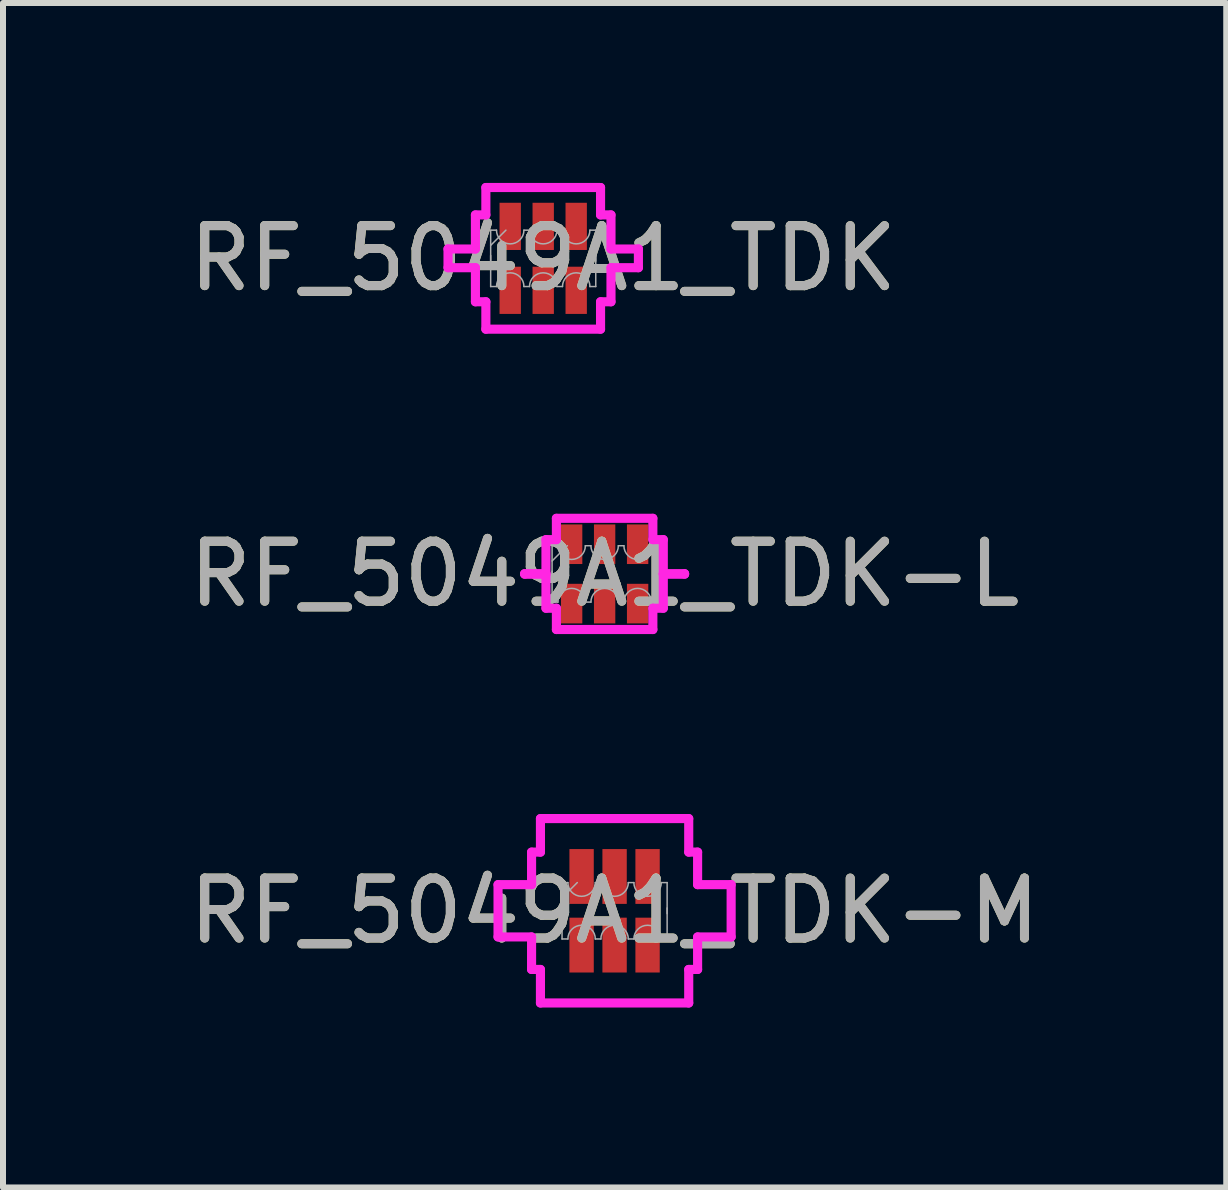
<source format=kicad_pcb>
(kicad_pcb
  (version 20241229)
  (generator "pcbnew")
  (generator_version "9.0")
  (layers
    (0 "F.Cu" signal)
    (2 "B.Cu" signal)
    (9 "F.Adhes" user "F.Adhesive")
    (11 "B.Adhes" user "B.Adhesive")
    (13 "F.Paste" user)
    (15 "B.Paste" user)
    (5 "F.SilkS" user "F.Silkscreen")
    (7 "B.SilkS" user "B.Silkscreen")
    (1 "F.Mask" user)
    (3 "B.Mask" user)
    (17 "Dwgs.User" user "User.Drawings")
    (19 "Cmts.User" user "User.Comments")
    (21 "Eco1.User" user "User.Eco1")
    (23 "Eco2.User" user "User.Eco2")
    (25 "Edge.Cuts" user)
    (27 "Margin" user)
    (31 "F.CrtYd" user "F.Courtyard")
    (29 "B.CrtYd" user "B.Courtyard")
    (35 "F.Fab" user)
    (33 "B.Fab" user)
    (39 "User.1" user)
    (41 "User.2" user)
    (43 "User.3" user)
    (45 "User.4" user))
  (footprint "RF_5049A1_TDK-L"
    (layer "F.Cu")
    (at 7.03 6.518)
    (property "Reference" "RF_5049A1_TDK-L" (at 0 0 0) (unlocked yes) (layer "F.SilkS") (effects (font (size 1 1) (thickness 0.15))))
    (attr smd)
    (fp_line (start -1.333 -0.004) (end -0.978 -0.004) (stroke (width 0.152) (type solid)) (layer "F.CrtYd"))
    (fp_line (start -1.333 0.004) (end -1.333 -0.004) (stroke (width 0.152) (type solid)) (layer "F.CrtYd"))
    (fp_line (start -1.333 0.004) (end -0.978 0.004) (stroke (width 0.152) (type solid)) (layer "F.CrtYd"))
    (fp_line (start -0.978 -0.572) (end -0.804 -0.572) (stroke (width 0.152) (type solid)) (layer "F.CrtYd"))
    (fp_line (start -0.978 -0.004) (end -0.978 -0.572) (stroke (width 0.152) (type solid)) (layer "F.CrtYd"))
    (fp_line (start -0.978 0.572) (end -0.978 0.004) (stroke (width 0.152) (type solid)) (layer "F.CrtYd"))
    (fp_line (start -0.804 -0.927) (end 0.804 -0.927) (stroke (width 0.152) (type solid)) (layer "F.CrtYd"))
    (fp_line (start -0.804 -0.572) (end -0.804 -0.927) (stroke (width 0.152) (type solid)) (layer "F.CrtYd"))
    (fp_line (start -0.804 0.572) (end -0.978 0.572) (stroke (width 0.152) (type solid)) (layer "F.CrtYd"))
    (fp_line (start -0.804 0.927) (end -0.804 0.572) (stroke (width 0.152) (type solid)) (layer "F.CrtYd"))
    (fp_line (start 0.804 -0.927) (end 0.804 -0.572) (stroke (width 0.152) (type solid)) (layer "F.CrtYd"))
    (fp_line (start 0.804 -0.572) (end 0.978 -0.572) (stroke (width 0.152) (type solid)) (layer "F.CrtYd"))
    (fp_line (start 0.804 0.572) (end 0.804 0.927) (stroke (width 0.152) (type solid)) (layer "F.CrtYd"))
    (fp_line (start 0.804 0.927) (end -0.804 0.927) (stroke (width 0.152) (type solid)) (layer "F.CrtYd"))
    (fp_line (start 0.978 -0.572) (end 0.978 -0.004) (stroke (width 0.152) (type solid)) (layer "F.CrtYd"))
    (fp_line (start 0.978 -0.004) (end 1.333 -0.004) (stroke (width 0.152) (type solid)) (layer "F.CrtYd"))
    (fp_line (start 0.978 0.004) (end 0.978 0.572) (stroke (width 0.152) (type solid)) (layer "F.CrtYd"))
    (fp_line (start 0.978 0.572) (end 0.804 0.572) (stroke (width 0.152) (type solid)) (layer "F.CrtYd"))
    (fp_line (start 1.333 -0.004) (end 1.333 0.004) (stroke (width 0.152) (type solid)) (layer "F.CrtYd"))
    (fp_line (start 1.333 0.004) (end 0.978 0.004) (stroke (width 0.152) (type solid)) (layer "F.CrtYd"))
    (fp_line (start -0.876 -0.047) (end -0.876 0.47) (stroke (width 0.025) (type solid)) (layer "F.Fab"))
    (fp_line (start -0.876 0.047) (end -0.876 -0.47) (stroke (width 0.025) (type solid)) (layer "F.Fab"))
    (fp_line (start -0.779 -0.47) (end -0.876 -0.47) (stroke (width 0.025) (type solid)) (layer "F.Fab"))
    (fp_line (start -0.779 0.47) (end -0.876 0.47) (stroke (width 0.025) (type solid)) (layer "F.Fab"))
    (fp_line (start -0.622 -0.47) (end -0.876 -0.216) (stroke (width 0.025) (type solid)) (layer "F.Fab"))
    (fp_line (start -0.229 -0.47) (end -0.321 -0.47) (stroke (width 0.025) (type solid)) (layer "F.Fab"))
    (fp_line (start -0.229 0.47) (end -0.321 0.47) (stroke (width 0.025) (type solid)) (layer "F.Fab"))
    (fp_line (start 0.321 -0.47) (end 0.229 -0.47) (stroke (width 0.025) (type solid)) (layer "F.Fab"))
    (fp_line (start 0.321 0.47) (end 0.229 0.47) (stroke (width 0.025) (type solid)) (layer "F.Fab"))
    (fp_line (start 0.779 -0.47) (end 0.876 -0.47) (stroke (width 0.025) (type solid)) (layer "F.Fab"))
    (fp_line (start 0.779 0.47) (end 0.876 0.47) (stroke (width 0.025) (type solid)) (layer "F.Fab"))
    (fp_line (start 0.876 -0.047) (end 0.876 0.47) (stroke (width 0.025) (type solid)) (layer "F.Fab"))
    (fp_line (start 0.876 0.047) (end 0.876 -0.47) (stroke (width 0.025) (type solid)) (layer "F.Fab"))
    (fp_arc (start -0.778599 0.4699) (mid -0.549999 0.2413) (end -0.321399 0.4699) (stroke (width 0.0254) (type solid)) (layer "F.Fab"))
    (fp_arc (start -0.321399 -0.4699) (mid -0.549999 -0.2413) (end -0.778599 -0.4699) (stroke (width 0.0254) (type solid)) (layer "F.Fab"))
    (fp_arc (start -0.2286 0.4699) (mid 0 0.2413) (end 0.2286 0.4699) (stroke (width 0.0254) (type solid)) (layer "F.Fab"))
    (fp_arc (start 0.2286 -0.4699) (mid 0 -0.2413) (end -0.2286 -0.4699) (stroke (width 0.0254) (type solid)) (layer "F.Fab"))
    (fp_arc (start 0.321399 0.4699) (mid 0.549999 0.2413) (end 0.778599 0.4699) (stroke (width 0.0254) (type solid)) (layer "F.Fab"))
    (fp_arc (start 0.778599 -0.4699) (mid 0.549999 -0.2413) (end 0.321399 -0.4699) (stroke (width 0.0254) (type solid)) (layer "F.Fab"))
    (fp_text user "${REFERENCE}" (at 0 0 0) (unlocked yes) (layer "F.Fab") (effects (font (size 1 1) (thickness 0.15))))
    (pad "1" smd rect (at -0.55 0.495 90) (size 0.66 0.356) (layers "F.Cu" "F.Mask" "F.Paste"))
    (pad "2" smd rect (at 0 0.495 90) (size 0.66 0.356) (layers "F.Cu" "F.Mask" "F.Paste"))
    (pad "3" smd rect (at 0.55 0.495 90) (size 0.66 0.356) (layers "F.Cu" "F.Mask" "F.Paste"))
    (pad "4" smd rect (at 0.55 -0.495 90) (size 0.66 0.356) (layers "F.Cu" "F.Mask" "F.Paste"))
    (pad "5" smd rect (at 0 -0.495 90) (size 0.66 0.356) (layers "F.Cu" "F.Mask" "F.Paste"))
    (pad "6" smd rect (at -0.55 -0.495 90) (size 0.66 0.356) (layers "F.Cu" "F.Mask" "F.Paste")))
  (footprint "RF_5049A1_TDK-M"
    (layer "F.Cu")
    (at 7.196 12.134)
    (property "Reference" "RF_5049A1_TDK-M" (at 0 0 0) (unlocked yes) (layer "F.SilkS") (effects (font (size 1 1) (thickness 0.15))))
    (attr smd)
    (fp_line (start -1.943 -0.436) (end -1.384 -0.436) (stroke (width 0.152) (type solid)) (layer "F.CrtYd"))
    (fp_line (start -1.943 0.436) (end -1.943 -0.436) (stroke (width 0.152) (type solid)) (layer "F.CrtYd"))
    (fp_line (start -1.943 0.436) (end -1.384 0.436) (stroke (width 0.152) (type solid)) (layer "F.CrtYd"))
    (fp_line (start -1.384 -0.978) (end -1.236 -0.978) (stroke (width 0.152) (type solid)) (layer "F.CrtYd"))
    (fp_line (start -1.384 -0.436) (end -1.384 -0.978) (stroke (width 0.152) (type solid)) (layer "F.CrtYd"))
    (fp_line (start -1.384 0.978) (end -1.384 0.436) (stroke (width 0.152) (type solid)) (layer "F.CrtYd"))
    (fp_line (start -1.236 -1.537) (end 1.236 -1.537) (stroke (width 0.152) (type solid)) (layer "F.CrtYd"))
    (fp_line (start -1.236 -0.978) (end -1.236 -1.537) (stroke (width 0.152) (type solid)) (layer "F.CrtYd"))
    (fp_line (start -1.236 0.978) (end -1.384 0.978) (stroke (width 0.152) (type solid)) (layer "F.CrtYd"))
    (fp_line (start -1.236 1.537) (end -1.236 0.978) (stroke (width 0.152) (type solid)) (layer "F.CrtYd"))
    (fp_line (start 1.236 -1.537) (end 1.236 -0.978) (stroke (width 0.152) (type solid)) (layer "F.CrtYd"))
    (fp_line (start 1.236 -0.978) (end 1.384 -0.978) (stroke (width 0.152) (type solid)) (layer "F.CrtYd"))
    (fp_line (start 1.236 0.978) (end 1.236 1.537) (stroke (width 0.152) (type solid)) (layer "F.CrtYd"))
    (fp_line (start 1.236 1.537) (end -1.236 1.537) (stroke (width 0.152) (type solid)) (layer "F.CrtYd"))
    (fp_line (start 1.384 -0.978) (end 1.384 -0.436) (stroke (width 0.152) (type solid)) (layer "F.CrtYd"))
    (fp_line (start 1.384 -0.436) (end 1.943 -0.436) (stroke (width 0.152) (type solid)) (layer "F.CrtYd"))
    (fp_line (start 1.384 0.436) (end 1.384 0.978) (stroke (width 0.152) (type solid)) (layer "F.CrtYd"))
    (fp_line (start 1.384 0.978) (end 1.236 0.978) (stroke (width 0.152) (type solid)) (layer "F.CrtYd"))
    (fp_line (start 1.943 -0.436) (end 1.943 0.436) (stroke (width 0.152) (type solid)) (layer "F.CrtYd"))
    (fp_line (start 1.943 0.436) (end 1.384 0.436) (stroke (width 0.152) (type solid)) (layer "F.CrtYd"))
    (fp_line (start -0.876 -0.047) (end -0.876 0.47) (stroke (width 0.025) (type solid)) (layer "F.Fab"))
    (fp_line (start -0.876 0.047) (end -0.876 -0.47) (stroke (width 0.025) (type solid)) (layer "F.Fab"))
    (fp_line (start -0.779 -0.47) (end -0.876 -0.47) (stroke (width 0.025) (type solid)) (layer "F.Fab"))
    (fp_line (start -0.779 0.47) (end -0.876 0.47) (stroke (width 0.025) (type solid)) (layer "F.Fab"))
    (fp_line (start -0.622 -0.47) (end -0.876 -0.216) (stroke (width 0.025) (type solid)) (layer "F.Fab"))
    (fp_line (start -0.229 -0.47) (end -0.321 -0.47) (stroke (width 0.025) (type solid)) (layer "F.Fab"))
    (fp_line (start -0.229 0.47) (end -0.321 0.47) (stroke (width 0.025) (type solid)) (layer "F.Fab"))
    (fp_line (start 0.321 -0.47) (end 0.229 -0.47) (stroke (width 0.025) (type solid)) (layer "F.Fab"))
    (fp_line (start 0.321 0.47) (end 0.229 0.47) (stroke (width 0.025) (type solid)) (layer "F.Fab"))
    (fp_line (start 0.779 -0.47) (end 0.876 -0.47) (stroke (width 0.025) (type solid)) (layer "F.Fab"))
    (fp_line (start 0.779 0.47) (end 0.876 0.47) (stroke (width 0.025) (type solid)) (layer "F.Fab"))
    (fp_line (start 0.876 -0.047) (end 0.876 0.47) (stroke (width 0.025) (type solid)) (layer "F.Fab"))
    (fp_line (start 0.876 0.047) (end 0.876 -0.47) (stroke (width 0.025) (type solid)) (layer "F.Fab"))
    (fp_arc (start -0.778599 0.4699) (mid -0.549999 0.2413) (end -0.321399 0.4699) (stroke (width 0.0254) (type solid)) (layer "F.Fab"))
    (fp_arc (start -0.321399 -0.4699) (mid -0.549999 -0.2413) (end -0.778599 -0.4699) (stroke (width 0.0254) (type solid)) (layer "F.Fab"))
    (fp_arc (start -0.2286 0.4699) (mid 0 0.2413) (end 0.2286 0.4699) (stroke (width 0.0254) (type solid)) (layer "F.Fab"))
    (fp_arc (start 0.2286 -0.4699) (mid 0 -0.2413) (end -0.2286 -0.4699) (stroke (width 0.0254) (type solid)) (layer "F.Fab"))
    (fp_arc (start 0.321399 0.4699) (mid 0.549999 0.2413) (end 0.778599 0.4699) (stroke (width 0.0254) (type solid)) (layer "F.Fab"))
    (fp_arc (start 0.778599 -0.4699) (mid 0.549999 -0.2413) (end 0.321399 -0.4699) (stroke (width 0.0254) (type solid)) (layer "F.Fab"))
    (fp_text user "${REFERENCE}" (at 0 0 0) (unlocked yes) (layer "F.Fab") (effects (font (size 1 1) (thickness 0.15))))
    (pad "1" smd rect (at -0.55 0.572 90) (size 0.914 0.406) (layers "F.Cu" "F.Mask" "F.Paste"))
    (pad "2" smd rect (at 0 0.572 90) (size 0.914 0.406) (layers "F.Cu" "F.Mask" "F.Paste"))
    (pad "3" smd rect (at 0.55 0.572 90) (size 0.914 0.406) (layers "F.Cu" "F.Mask" "F.Paste"))
    (pad "4" smd rect (at 0.55 -0.572 90) (size 0.914 0.406) (layers "F.Cu" "F.Mask" "F.Paste"))
    (pad "5" smd rect (at 0 -0.572 90) (size 0.914 0.406) (layers "F.Cu" "F.Mask" "F.Paste"))
    (pad "6" smd rect (at -0.55 -0.572 90) (size 0.914 0.406) (layers "F.Cu" "F.Mask" "F.Paste")))
  (footprint "RF_5049A1_TDK"
    (layer "F.Cu")
    (at 6.006 1.257)
    (property "Reference" "RF_5049A1_TDK" (at 0 0 0) (unlocked yes) (layer "F.SilkS") (effects (font (size 1 1) (thickness 0.15))))
    (attr smd)
    (fp_line (start -1.587 -0.156) (end -1.13 -0.156) (stroke (width 0.152) (type solid)) (layer "F.CrtYd"))
    (fp_line (start -1.587 0.156) (end -1.587 -0.156) (stroke (width 0.152) (type solid)) (layer "F.CrtYd"))
    (fp_line (start -1.587 0.156) (end -1.13 0.156) (stroke (width 0.152) (type solid)) (layer "F.CrtYd"))
    (fp_line (start -1.13 -0.724) (end -0.956 -0.724) (stroke (width 0.152) (type solid)) (layer "F.CrtYd"))
    (fp_line (start -1.13 -0.156) (end -1.13 -0.724) (stroke (width 0.152) (type solid)) (layer "F.CrtYd"))
    (fp_line (start -1.13 0.724) (end -1.13 0.156) (stroke (width 0.152) (type solid)) (layer "F.CrtYd"))
    (fp_line (start -0.956 -1.181) (end 0.956 -1.181) (stroke (width 0.152) (type solid)) (layer "F.CrtYd"))
    (fp_line (start -0.956 -0.724) (end -0.956 -1.181) (stroke (width 0.152) (type solid)) (layer "F.CrtYd"))
    (fp_line (start -0.956 0.724) (end -1.13 0.724) (stroke (width 0.152) (type solid)) (layer "F.CrtYd"))
    (fp_line (start -0.956 1.181) (end -0.956 0.724) (stroke (width 0.152) (type solid)) (layer "F.CrtYd"))
    (fp_line (start 0.956 -1.181) (end 0.956 -0.724) (stroke (width 0.152) (type solid)) (layer "F.CrtYd"))
    (fp_line (start 0.956 -0.724) (end 1.13 -0.724) (stroke (width 0.152) (type solid)) (layer "F.CrtYd"))
    (fp_line (start 0.956 0.724) (end 0.956 1.181) (stroke (width 0.152) (type solid)) (layer "F.CrtYd"))
    (fp_line (start 0.956 1.181) (end -0.956 1.181) (stroke (width 0.152) (type solid)) (layer "F.CrtYd"))
    (fp_line (start 1.13 -0.724) (end 1.13 -0.156) (stroke (width 0.152) (type solid)) (layer "F.CrtYd"))
    (fp_line (start 1.13 -0.156) (end 1.587 -0.156) (stroke (width 0.152) (type solid)) (layer "F.CrtYd"))
    (fp_line (start 1.13 0.156) (end 1.13 0.724) (stroke (width 0.152) (type solid)) (layer "F.CrtYd"))
    (fp_line (start 1.13 0.724) (end 0.956 0.724) (stroke (width 0.152) (type solid)) (layer "F.CrtYd"))
    (fp_line (start 1.587 -0.156) (end 1.587 0.156) (stroke (width 0.152) (type solid)) (layer "F.CrtYd"))
    (fp_line (start 1.587 0.156) (end 1.13 0.156) (stroke (width 0.152) (type solid)) (layer "F.CrtYd"))
    (fp_line (start -0.876 -0.047) (end -0.876 0.47) (stroke (width 0.025) (type solid)) (layer "F.Fab"))
    (fp_line (start -0.876 0.047) (end -0.876 -0.47) (stroke (width 0.025) (type solid)) (layer "F.Fab"))
    (fp_line (start -0.779 -0.47) (end -0.876 -0.47) (stroke (width 0.025) (type solid)) (layer "F.Fab"))
    (fp_line (start -0.779 0.47) (end -0.876 0.47) (stroke (width 0.025) (type solid)) (layer "F.Fab"))
    (fp_line (start -0.622 -0.47) (end -0.876 -0.216) (stroke (width 0.025) (type solid)) (layer "F.Fab"))
    (fp_line (start -0.229 -0.47) (end -0.321 -0.47) (stroke (width 0.025) (type solid)) (layer "F.Fab"))
    (fp_line (start -0.229 0.47) (end -0.321 0.47) (stroke (width 0.025) (type solid)) (layer "F.Fab"))
    (fp_line (start 0.321 -0.47) (end 0.229 -0.47) (stroke (width 0.025) (type solid)) (layer "F.Fab"))
    (fp_line (start 0.321 0.47) (end 0.229 0.47) (stroke (width 0.025) (type solid)) (layer "F.Fab"))
    (fp_line (start 0.779 -0.47) (end 0.876 -0.47) (stroke (width 0.025) (type solid)) (layer "F.Fab"))
    (fp_line (start 0.779 0.47) (end 0.876 0.47) (stroke (width 0.025) (type solid)) (layer "F.Fab"))
    (fp_line (start 0.876 -0.047) (end 0.876 0.47) (stroke (width 0.025) (type solid)) (layer "F.Fab"))
    (fp_line (start 0.876 0.047) (end 0.876 -0.47) (stroke (width 0.025) (type solid)) (layer "F.Fab"))
    (fp_arc (start -0.778599 0.4699) (mid -0.549999 0.2413) (end -0.321399 0.4699) (stroke (width 0.0254) (type solid)) (layer "F.Fab"))
    (fp_arc (start -0.321399 -0.4699) (mid -0.549999 -0.2413) (end -0.778599 -0.4699) (stroke (width 0.0254) (type solid)) (layer "F.Fab"))
    (fp_arc (start -0.2286 0.4699) (mid 0 0.2413) (end 0.2286 0.4699) (stroke (width 0.0254) (type solid)) (layer "F.Fab"))
    (fp_arc (start 0.2286 -0.4699) (mid 0 -0.2413) (end -0.2286 -0.4699) (stroke (width 0.0254) (type solid)) (layer "F.Fab"))
    (fp_arc (start 0.321399 0.4699) (mid 0.549999 0.2413) (end 0.778599 0.4699) (stroke (width 0.0254) (type solid)) (layer "F.Fab"))
    (fp_arc (start 0.778599 -0.4699) (mid 0.549999 -0.2413) (end 0.321399 -0.4699) (stroke (width 0.0254) (type solid)) (layer "F.Fab"))
    (fp_text user "${REFERENCE}" (at 0 0 0) (unlocked yes) (layer "F.Fab") (effects (font (size 1 1) (thickness 0.15))))
    (pad "1" smd rect (at -0.55 0.533 90) (size 0.787 0.356) (layers "F.Cu" "F.Mask" "F.Paste"))
    (pad "2" smd rect (at 0 0.533 90) (size 0.787 0.356) (layers "F.Cu" "F.Mask" "F.Paste"))
    (pad "3" smd rect (at 0.55 0.533 90) (size 0.787 0.356) (layers "F.Cu" "F.Mask" "F.Paste"))
    (pad "4" smd rect (at 0.55 -0.533 90) (size 0.787 0.356) (layers "F.Cu" "F.Mask" "F.Paste"))
    (pad "5" smd rect (at 0 -0.533 90) (size 0.787 0.356) (layers "F.Cu" "F.Mask" "F.Paste"))
    (pad "6" smd rect (at -0.55 -0.533 90) (size 0.787 0.356) (layers "F.Cu" "F.Mask" "F.Paste")))
  (gr_rect
    (start -3 -3)
    (end 17.393 16.747)
    (stroke (width 0.1) (type default))
    (fill no)
    (layer "Edge.Cuts")))
</source>
